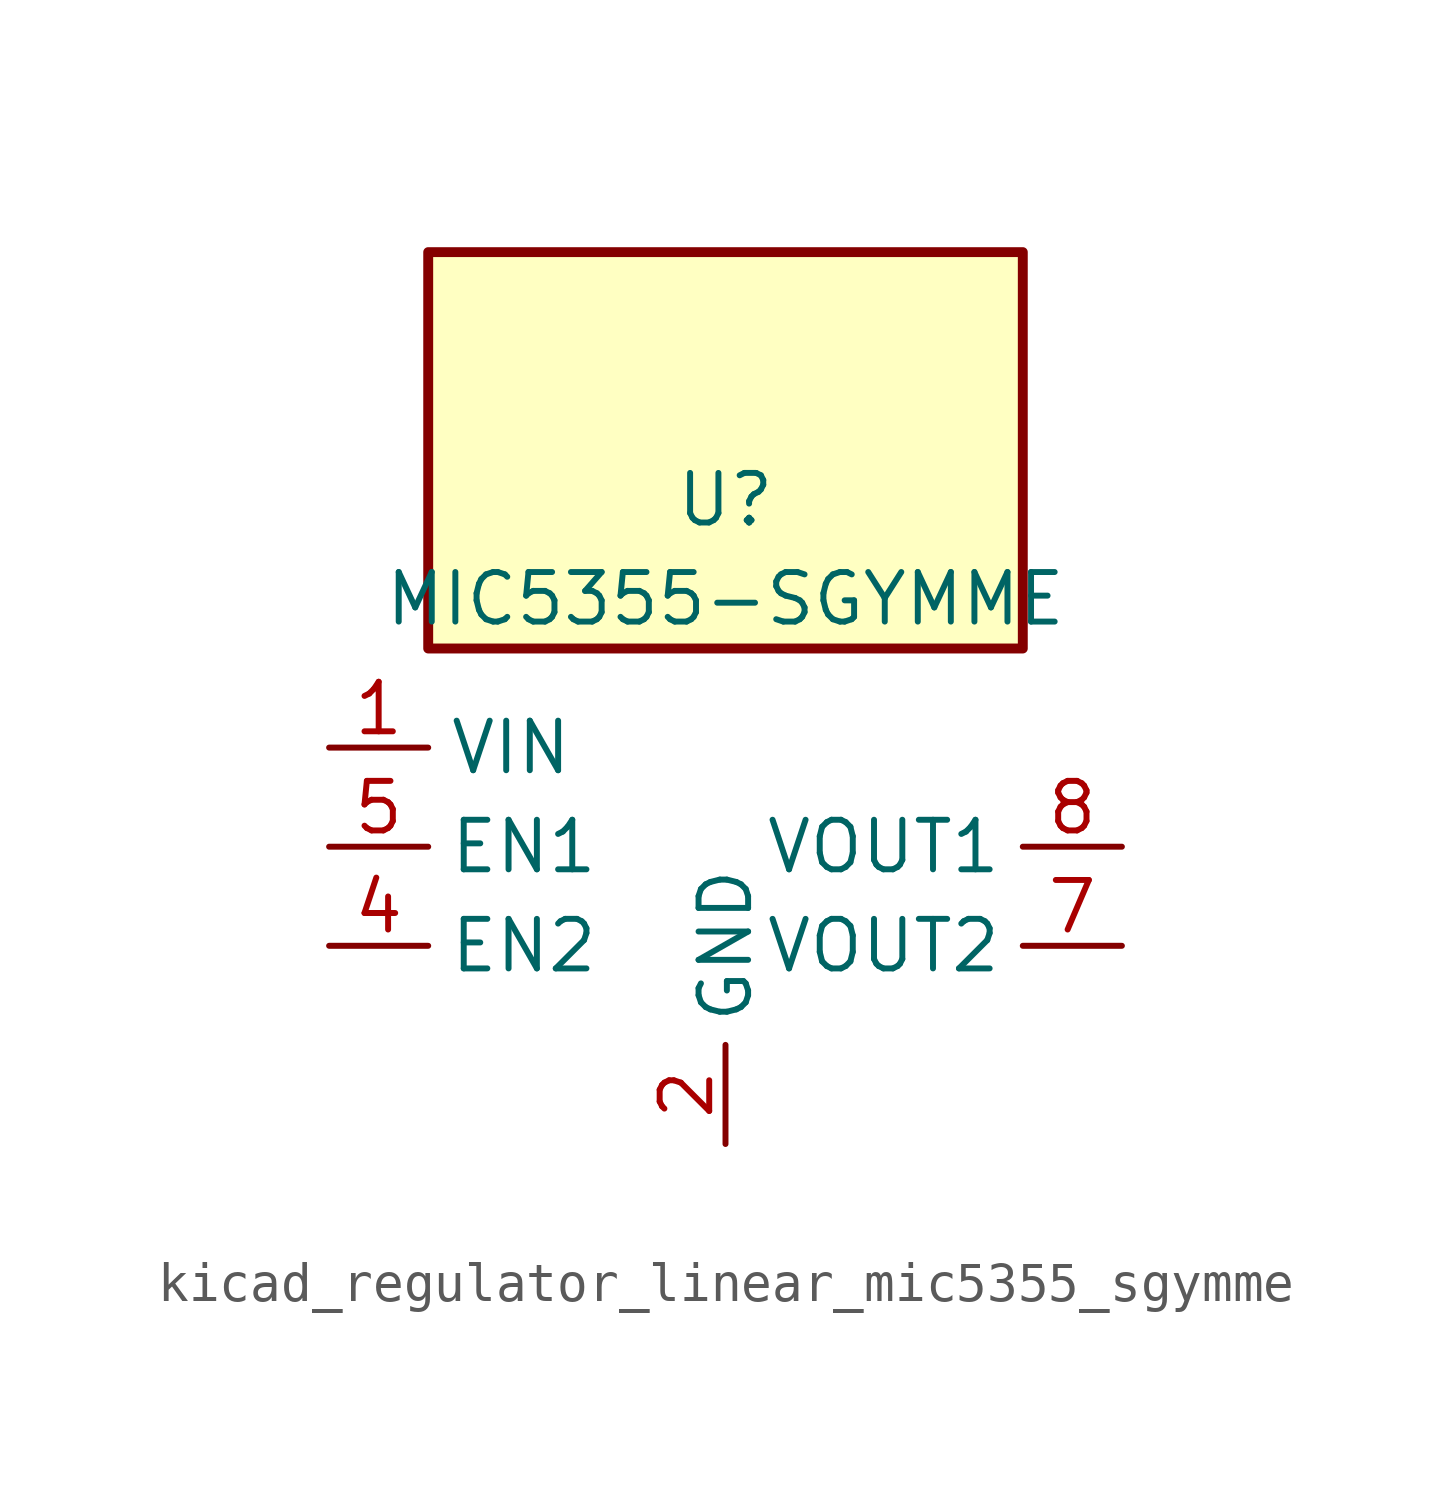
<source format=kicad_sym>
(kicad_symbol_lib
  (version 20220914)
  (generator kicad_symbol_editor)
  (symbol "kicad_regulator_linear_mic5355_sgymme"
    (property "Reference" "U"
      (at 0 8.89 0)
      (effects (font (size 1.27 1.27))))
    (property "Value" "MIC5355-SGYMME"
      (at 0 6.35 0)
      (effects (font (size 1.27 1.27))))
    (symbol "kicad_regulator_linear_mic5355_sgymme_0_1"
      (rectangle (start 7.62 15.24) (end -7.62 5.08) (stroke (width 0.254) (type default)) (fill (type background))))
    (symbol "kicad_regulator_linear_mic5355_sgymme_1_1"
      (pin power_in line (at -10.16 2.54 0) (length 2.54) (name "VIN" (effects (font (size 1.27 1.27)))) (number "1" (effects (font (size 1.27 1.27)))))
      (pin power_in line (at 0 -7.62 90) (length 2.54) (name "GND" (effects (font (size 1.27 1.27)))) (number "2" (effects (font (size 1.27 1.27)))))
      (pin no_connect line (at 0 5.08 270) (length 2.54) hide (name "NC" (effects (font (size 1.27 1.27)))) (number "3" (effects (font (size 1.27 1.27)))))
      (pin input line (at -10.16 -2.54 0) (length 2.54) (name "EN2" (effects (font (size 1.27 1.27)))) (number "4" (effects (font (size 1.27 1.27)))))
      (pin input line (at -10.16 0 0) (length 2.54) (name "EN1" (effects (font (size 1.27 1.27)))) (number "5" (effects (font (size 1.27 1.27)))))
      (pin no_connect line (at 7.62 2.54 180) (length 2.54) hide (name "NC" (effects (font (size 1.27 1.27)))) (number "6" (effects (font (size 1.27 1.27)))))
      (pin power_out line (at 10.16 -2.54 180) (length 2.54) (name "VOUT2" (effects (font (size 1.27 1.27)))) (number "7" (effects (font (size 1.27 1.27)))))
      (pin power_out line (at 10.16 0 180) (length 2.54) (name "VOUT1" (effects (font (size 1.27 1.27)))) (number "8" (effects (font (size 1.27 1.27)))))
      (pin passive line (at 0 -7.62 90) (length 2.54) hide (name "GND" (effects (font (size 1.27 1.27)))) (number "9" (effects (font (size 1.27 1.27))))))))
</source>
